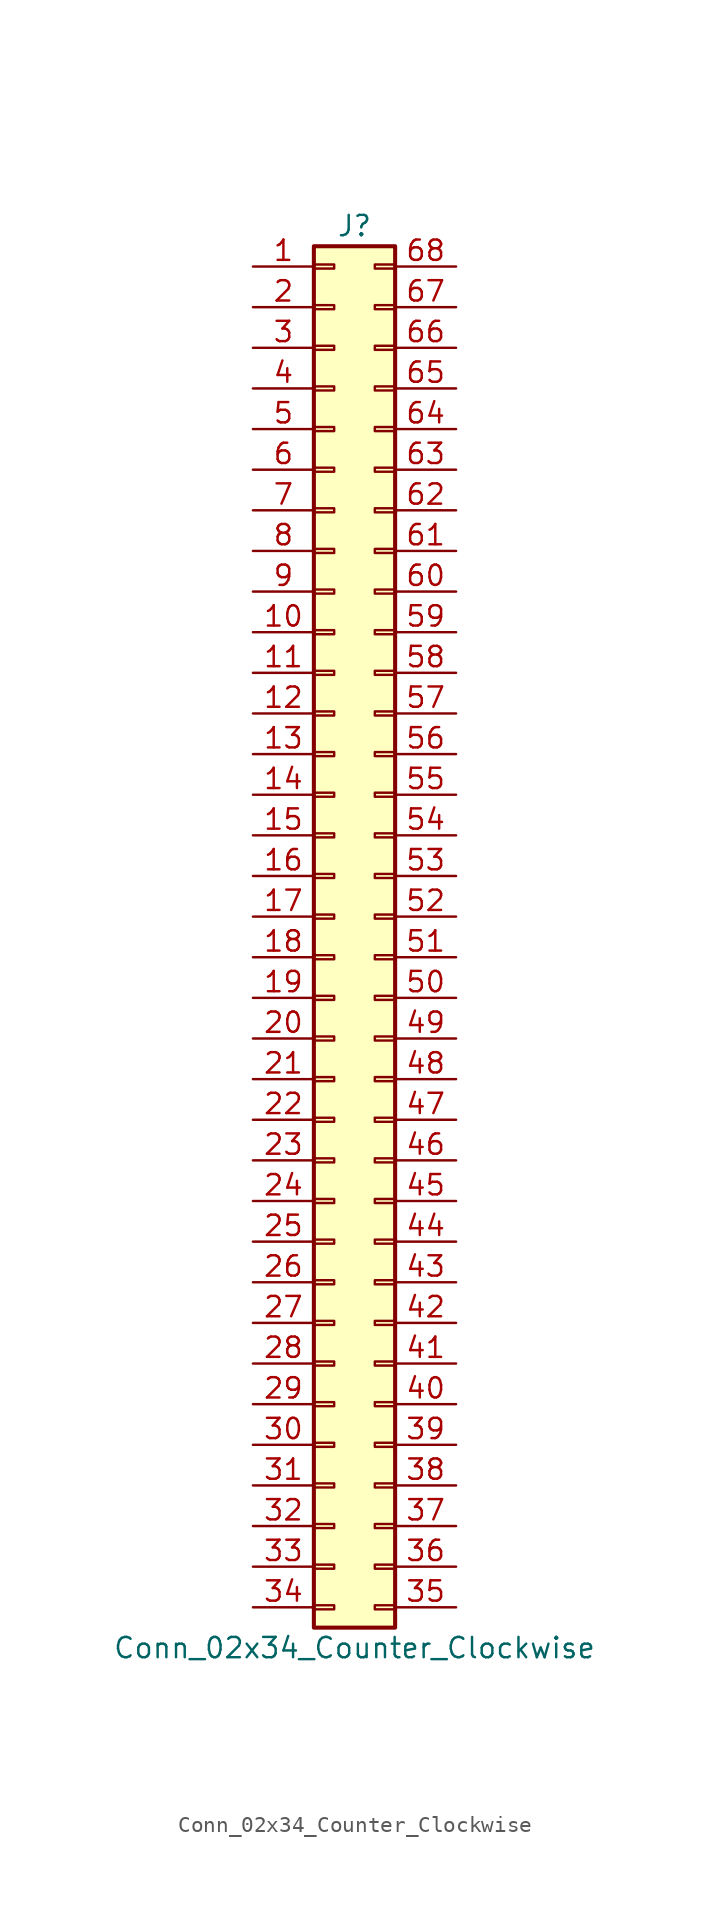
<source format=kicad_sym>
(kicad_symbol_lib
  (version 20220914)
  (generator kicad_symbol_editor)
  (symbol "Conn_02x34_Counter_Clockwise"
    (pin_names
      (offset 1.016) hide)
    (property "Reference" "J"
      (at 1.27 43.18 0)
      (effects (font (size 1.27 1.27))))
    (property "Value" "Conn_02x34_Counter_Clockwise"
      (at 1.27 -45.72 0)
      (effects (font (size 1.27 1.27))))
    (symbol "Conn_02x34_Counter_Clockwise_1_1"
      (rectangle (start -1.27 -43.053) (end 0 -43.307) (stroke (width 0.152) (type solid)) (fill (type none)))
      (rectangle (start -1.27 -40.513) (end 0 -40.767) (stroke (width 0.152) (type solid)) (fill (type none)))
      (rectangle (start -1.27 -37.973) (end 0 -38.227) (stroke (width 0.152) (type solid)) (fill (type none)))
      (rectangle (start -1.27 -35.433) (end 0 -35.687) (stroke (width 0.152) (type solid)) (fill (type none)))
      (rectangle (start -1.27 -32.893) (end 0 -33.147) (stroke (width 0.152) (type solid)) (fill (type none)))
      (rectangle (start -1.27 -30.353) (end 0 -30.607) (stroke (width 0.152) (type solid)) (fill (type none)))
      (rectangle (start -1.27 -27.813) (end 0 -28.067) (stroke (width 0.152) (type solid)) (fill (type none)))
      (rectangle (start -1.27 -25.273) (end 0 -25.527) (stroke (width 0.152) (type solid)) (fill (type none)))
      (rectangle (start -1.27 -22.733) (end 0 -22.987) (stroke (width 0.152) (type solid)) (fill (type none)))
      (rectangle (start -1.27 -20.193) (end 0 -20.447) (stroke (width 0.152) (type solid)) (fill (type none)))
      (rectangle (start -1.27 -17.653) (end 0 -17.907) (stroke (width 0.152) (type solid)) (fill (type none)))
      (rectangle (start -1.27 -15.113) (end 0 -15.367) (stroke (width 0.152) (type solid)) (fill (type none)))
      (rectangle (start -1.27 -12.573) (end 0 -12.827) (stroke (width 0.152) (type solid)) (fill (type none)))
      (rectangle (start -1.27 -10.033) (end 0 -10.287) (stroke (width 0.152) (type solid)) (fill (type none)))
      (rectangle (start -1.27 -7.493) (end 0 -7.747) (stroke (width 0.152) (type solid)) (fill (type none)))
      (rectangle (start -1.27 -4.953) (end 0 -5.207) (stroke (width 0.152) (type solid)) (fill (type none)))
      (rectangle (start -1.27 -2.413) (end 0 -2.667) (stroke (width 0.152) (type solid)) (fill (type none)))
      (rectangle (start -1.27 0.127) (end 0 -0.127) (stroke (width 0.152) (type solid)) (fill (type none)))
      (rectangle (start -1.27 2.667) (end 0 2.413) (stroke (width 0.152) (type solid)) (fill (type none)))
      (rectangle (start -1.27 5.207) (end 0 4.953) (stroke (width 0.152) (type solid)) (fill (type none)))
      (rectangle (start -1.27 7.747) (end 0 7.493) (stroke (width 0.152) (type solid)) (fill (type none)))
      (rectangle (start -1.27 10.287) (end 0 10.033) (stroke (width 0.152) (type solid)) (fill (type none)))
      (rectangle (start -1.27 12.827) (end 0 12.573) (stroke (width 0.152) (type solid)) (fill (type none)))
      (rectangle (start -1.27 15.367) (end 0 15.113) (stroke (width 0.152) (type solid)) (fill (type none)))
      (rectangle (start -1.27 17.907) (end 0 17.653) (stroke (width 0.152) (type solid)) (fill (type none)))
      (rectangle (start -1.27 20.447) (end 0 20.193) (stroke (width 0.152) (type solid)) (fill (type none)))
      (rectangle (start -1.27 22.987) (end 0 22.733) (stroke (width 0.152) (type solid)) (fill (type none)))
      (rectangle (start -1.27 25.527) (end 0 25.273) (stroke (width 0.152) (type solid)) (fill (type none)))
      (rectangle (start -1.27 28.067) (end 0 27.813) (stroke (width 0.152) (type solid)) (fill (type none)))
      (rectangle (start -1.27 30.607) (end 0 30.353) (stroke (width 0.152) (type solid)) (fill (type none)))
      (rectangle (start -1.27 33.147) (end 0 32.893) (stroke (width 0.152) (type solid)) (fill (type none)))
      (rectangle (start -1.27 35.687) (end 0 35.433) (stroke (width 0.152) (type solid)) (fill (type none)))
      (rectangle (start -1.27 38.227) (end 0 37.973) (stroke (width 0.152) (type solid)) (fill (type none)))
      (rectangle (start -1.27 40.767) (end 0 40.513) (stroke (width 0.152) (type solid)) (fill (type none)))
      (rectangle (start -1.27 41.91) (end 3.81 -44.45) (stroke (width 0.254) (type solid)) (fill (type background)))
      (rectangle (start 3.81 -43.053) (end 2.54 -43.307) (stroke (width 0.152) (type solid)) (fill (type none)))
      (rectangle (start 3.81 -40.513) (end 2.54 -40.767) (stroke (width 0.152) (type solid)) (fill (type none)))
      (rectangle (start 3.81 -37.973) (end 2.54 -38.227) (stroke (width 0.152) (type solid)) (fill (type none)))
      (rectangle (start 3.81 -35.433) (end 2.54 -35.687) (stroke (width 0.152) (type solid)) (fill (type none)))
      (rectangle (start 3.81 -32.893) (end 2.54 -33.147) (stroke (width 0.152) (type solid)) (fill (type none)))
      (rectangle (start 3.81 -30.353) (end 2.54 -30.607) (stroke (width 0.152) (type solid)) (fill (type none)))
      (rectangle (start 3.81 -27.813) (end 2.54 -28.067) (stroke (width 0.152) (type solid)) (fill (type none)))
      (rectangle (start 3.81 -25.273) (end 2.54 -25.527) (stroke (width 0.152) (type solid)) (fill (type none)))
      (rectangle (start 3.81 -22.733) (end 2.54 -22.987) (stroke (width 0.152) (type solid)) (fill (type none)))
      (rectangle (start 3.81 -20.193) (end 2.54 -20.447) (stroke (width 0.152) (type solid)) (fill (type none)))
      (rectangle (start 3.81 -17.653) (end 2.54 -17.907) (stroke (width 0.152) (type solid)) (fill (type none)))
      (rectangle (start 3.81 -15.113) (end 2.54 -15.367) (stroke (width 0.152) (type solid)) (fill (type none)))
      (rectangle (start 3.81 -12.573) (end 2.54 -12.827) (stroke (width 0.152) (type solid)) (fill (type none)))
      (rectangle (start 3.81 -10.033) (end 2.54 -10.287) (stroke (width 0.152) (type solid)) (fill (type none)))
      (rectangle (start 3.81 -7.493) (end 2.54 -7.747) (stroke (width 0.152) (type solid)) (fill (type none)))
      (rectangle (start 3.81 -4.953) (end 2.54 -5.207) (stroke (width 0.152) (type solid)) (fill (type none)))
      (rectangle (start 3.81 -2.413) (end 2.54 -2.667) (stroke (width 0.152) (type solid)) (fill (type none)))
      (rectangle (start 3.81 0.127) (end 2.54 -0.127) (stroke (width 0.152) (type solid)) (fill (type none)))
      (rectangle (start 3.81 2.667) (end 2.54 2.413) (stroke (width 0.152) (type solid)) (fill (type none)))
      (rectangle (start 3.81 5.207) (end 2.54 4.953) (stroke (width 0.152) (type solid)) (fill (type none)))
      (rectangle (start 3.81 7.747) (end 2.54 7.493) (stroke (width 0.152) (type solid)) (fill (type none)))
      (rectangle (start 3.81 10.287) (end 2.54 10.033) (stroke (width 0.152) (type solid)) (fill (type none)))
      (rectangle (start 3.81 12.827) (end 2.54 12.573) (stroke (width 0.152) (type solid)) (fill (type none)))
      (rectangle (start 3.81 15.367) (end 2.54 15.113) (stroke (width 0.152) (type solid)) (fill (type none)))
      (rectangle (start 3.81 17.907) (end 2.54 17.653) (stroke (width 0.152) (type solid)) (fill (type none)))
      (rectangle (start 3.81 20.447) (end 2.54 20.193) (stroke (width 0.152) (type solid)) (fill (type none)))
      (rectangle (start 3.81 22.987) (end 2.54 22.733) (stroke (width 0.152) (type solid)) (fill (type none)))
      (rectangle (start 3.81 25.527) (end 2.54 25.273) (stroke (width 0.152) (type solid)) (fill (type none)))
      (rectangle (start 3.81 28.067) (end 2.54 27.813) (stroke (width 0.152) (type solid)) (fill (type none)))
      (rectangle (start 3.81 30.607) (end 2.54 30.353) (stroke (width 0.152) (type solid)) (fill (type none)))
      (rectangle (start 3.81 33.147) (end 2.54 32.893) (stroke (width 0.152) (type solid)) (fill (type none)))
      (rectangle (start 3.81 35.687) (end 2.54 35.433) (stroke (width 0.152) (type solid)) (fill (type none)))
      (rectangle (start 3.81 38.227) (end 2.54 37.973) (stroke (width 0.152) (type solid)) (fill (type none)))
      (rectangle (start 3.81 40.767) (end 2.54 40.513) (stroke (width 0.152) (type solid)) (fill (type none)))
      (pin passive line (at -5.08 40.64 0) (length 3.81) (name "Pin_1" (effects (font (size 1.27 1.27)))) (number "1" (effects (font (size 1.27 1.27)))))
      (pin passive line (at -5.08 17.78 0) (length 3.81) (name "Pin_10" (effects (font (size 1.27 1.27)))) (number "10" (effects (font (size 1.27 1.27)))))
      (pin passive line (at -5.08 15.24 0) (length 3.81) (name "Pin_11" (effects (font (size 1.27 1.27)))) (number "11" (effects (font (size 1.27 1.27)))))
      (pin passive line (at -5.08 12.7 0) (length 3.81) (name "Pin_12" (effects (font (size 1.27 1.27)))) (number "12" (effects (font (size 1.27 1.27)))))
      (pin passive line (at -5.08 10.16 0) (length 3.81) (name "Pin_13" (effects (font (size 1.27 1.27)))) (number "13" (effects (font (size 1.27 1.27)))))
      (pin passive line (at -5.08 7.62 0) (length 3.81) (name "Pin_14" (effects (font (size 1.27 1.27)))) (number "14" (effects (font (size 1.27 1.27)))))
      (pin passive line (at -5.08 5.08 0) (length 3.81) (name "Pin_15" (effects (font (size 1.27 1.27)))) (number "15" (effects (font (size 1.27 1.27)))))
      (pin passive line (at -5.08 2.54 0) (length 3.81) (name "Pin_16" (effects (font (size 1.27 1.27)))) (number "16" (effects (font (size 1.27 1.27)))))
      (pin passive line (at -5.08 0 0) (length 3.81) (name "Pin_17" (effects (font (size 1.27 1.27)))) (number "17" (effects (font (size 1.27 1.27)))))
      (pin passive line (at -5.08 -2.54 0) (length 3.81) (name "Pin_18" (effects (font (size 1.27 1.27)))) (number "18" (effects (font (size 1.27 1.27)))))
      (pin passive line (at -5.08 -5.08 0) (length 3.81) (name "Pin_19" (effects (font (size 1.27 1.27)))) (number "19" (effects (font (size 1.27 1.27)))))
      (pin passive line (at -5.08 38.1 0) (length 3.81) (name "Pin_2" (effects (font (size 1.27 1.27)))) (number "2" (effects (font (size 1.27 1.27)))))
      (pin passive line (at -5.08 -7.62 0) (length 3.81) (name "Pin_20" (effects (font (size 1.27 1.27)))) (number "20" (effects (font (size 1.27 1.27)))))
      (pin passive line (at -5.08 -10.16 0) (length 3.81) (name "Pin_21" (effects (font (size 1.27 1.27)))) (number "21" (effects (font (size 1.27 1.27)))))
      (pin passive line (at -5.08 -12.7 0) (length 3.81) (name "Pin_22" (effects (font (size 1.27 1.27)))) (number "22" (effects (font (size 1.27 1.27)))))
      (pin passive line (at -5.08 -15.24 0) (length 3.81) (name "Pin_23" (effects (font (size 1.27 1.27)))) (number "23" (effects (font (size 1.27 1.27)))))
      (pin passive line (at -5.08 -17.78 0) (length 3.81) (name "Pin_24" (effects (font (size 1.27 1.27)))) (number "24" (effects (font (size 1.27 1.27)))))
      (pin passive line (at -5.08 -20.32 0) (length 3.81) (name "Pin_25" (effects (font (size 1.27 1.27)))) (number "25" (effects (font (size 1.27 1.27)))))
      (pin passive line (at -5.08 -22.86 0) (length 3.81) (name "Pin_26" (effects (font (size 1.27 1.27)))) (number "26" (effects (font (size 1.27 1.27)))))
      (pin passive line (at -5.08 -25.4 0) (length 3.81) (name "Pin_27" (effects (font (size 1.27 1.27)))) (number "27" (effects (font (size 1.27 1.27)))))
      (pin passive line (at -5.08 -27.94 0) (length 3.81) (name "Pin_28" (effects (font (size 1.27 1.27)))) (number "28" (effects (font (size 1.27 1.27)))))
      (pin passive line (at -5.08 -30.48 0) (length 3.81) (name "Pin_29" (effects (font (size 1.27 1.27)))) (number "29" (effects (font (size 1.27 1.27)))))
      (pin passive line (at -5.08 35.56 0) (length 3.81) (name "Pin_3" (effects (font (size 1.27 1.27)))) (number "3" (effects (font (size 1.27 1.27)))))
      (pin passive line (at -5.08 -33.02 0) (length 3.81) (name "Pin_30" (effects (font (size 1.27 1.27)))) (number "30" (effects (font (size 1.27 1.27)))))
      (pin passive line (at -5.08 -35.56 0) (length 3.81) (name "Pin_31" (effects (font (size 1.27 1.27)))) (number "31" (effects (font (size 1.27 1.27)))))
      (pin passive line (at -5.08 -38.1 0) (length 3.81) (name "Pin_32" (effects (font (size 1.27 1.27)))) (number "32" (effects (font (size 1.27 1.27)))))
      (pin passive line (at -5.08 -40.64 0) (length 3.81) (name "Pin_33" (effects (font (size 1.27 1.27)))) (number "33" (effects (font (size 1.27 1.27)))))
      (pin passive line (at -5.08 -43.18 0) (length 3.81) (name "Pin_34" (effects (font (size 1.27 1.27)))) (number "34" (effects (font (size 1.27 1.27)))))
      (pin passive line (at 7.62 -43.18 180) (length 3.81) (name "Pin_35" (effects (font (size 1.27 1.27)))) (number "35" (effects (font (size 1.27 1.27)))))
      (pin passive line (at 7.62 -40.64 180) (length 3.81) (name "Pin_36" (effects (font (size 1.27 1.27)))) (number "36" (effects (font (size 1.27 1.27)))))
      (pin passive line (at 7.62 -38.1 180) (length 3.81) (name "Pin_37" (effects (font (size 1.27 1.27)))) (number "37" (effects (font (size 1.27 1.27)))))
      (pin passive line (at 7.62 -35.56 180) (length 3.81) (name "Pin_38" (effects (font (size 1.27 1.27)))) (number "38" (effects (font (size 1.27 1.27)))))
      (pin passive line (at 7.62 -33.02 180) (length 3.81) (name "Pin_39" (effects (font (size 1.27 1.27)))) (number "39" (effects (font (size 1.27 1.27)))))
      (pin passive line (at -5.08 33.02 0) (length 3.81) (name "Pin_4" (effects (font (size 1.27 1.27)))) (number "4" (effects (font (size 1.27 1.27)))))
      (pin passive line (at 7.62 -30.48 180) (length 3.81) (name "Pin_40" (effects (font (size 1.27 1.27)))) (number "40" (effects (font (size 1.27 1.27)))))
      (pin passive line (at 7.62 -27.94 180) (length 3.81) (name "Pin_41" (effects (font (size 1.27 1.27)))) (number "41" (effects (font (size 1.27 1.27)))))
      (pin passive line (at 7.62 -25.4 180) (length 3.81) (name "Pin_42" (effects (font (size 1.27 1.27)))) (number "42" (effects (font (size 1.27 1.27)))))
      (pin passive line (at 7.62 -22.86 180) (length 3.81) (name "Pin_43" (effects (font (size 1.27 1.27)))) (number "43" (effects (font (size 1.27 1.27)))))
      (pin passive line (at 7.62 -20.32 180) (length 3.81) (name "Pin_44" (effects (font (size 1.27 1.27)))) (number "44" (effects (font (size 1.27 1.27)))))
      (pin passive line (at 7.62 -17.78 180) (length 3.81) (name "Pin_45" (effects (font (size 1.27 1.27)))) (number "45" (effects (font (size 1.27 1.27)))))
      (pin passive line (at 7.62 -15.24 180) (length 3.81) (name "Pin_46" (effects (font (size 1.27 1.27)))) (number "46" (effects (font (size 1.27 1.27)))))
      (pin passive line (at 7.62 -12.7 180) (length 3.81) (name "Pin_47" (effects (font (size 1.27 1.27)))) (number "47" (effects (font (size 1.27 1.27)))))
      (pin passive line (at 7.62 -10.16 180) (length 3.81) (name "Pin_48" (effects (font (size 1.27 1.27)))) (number "48" (effects (font (size 1.27 1.27)))))
      (pin passive line (at 7.62 -7.62 180) (length 3.81) (name "Pin_49" (effects (font (size 1.27 1.27)))) (number "49" (effects (font (size 1.27 1.27)))))
      (pin passive line (at -5.08 30.48 0) (length 3.81) (name "Pin_5" (effects (font (size 1.27 1.27)))) (number "5" (effects (font (size 1.27 1.27)))))
      (pin passive line (at 7.62 -5.08 180) (length 3.81) (name "Pin_50" (effects (font (size 1.27 1.27)))) (number "50" (effects (font (size 1.27 1.27)))))
      (pin passive line (at 7.62 -2.54 180) (length 3.81) (name "Pin_51" (effects (font (size 1.27 1.27)))) (number "51" (effects (font (size 1.27 1.27)))))
      (pin passive line (at 7.62 0 180) (length 3.81) (name "Pin_52" (effects (font (size 1.27 1.27)))) (number "52" (effects (font (size 1.27 1.27)))))
      (pin passive line (at 7.62 2.54 180) (length 3.81) (name "Pin_53" (effects (font (size 1.27 1.27)))) (number "53" (effects (font (size 1.27 1.27)))))
      (pin passive line (at 7.62 5.08 180) (length 3.81) (name "Pin_54" (effects (font (size 1.27 1.27)))) (number "54" (effects (font (size 1.27 1.27)))))
      (pin passive line (at 7.62 7.62 180) (length 3.81) (name "Pin_55" (effects (font (size 1.27 1.27)))) (number "55" (effects (font (size 1.27 1.27)))))
      (pin passive line (at 7.62 10.16 180) (length 3.81) (name "Pin_56" (effects (font (size 1.27 1.27)))) (number "56" (effects (font (size 1.27 1.27)))))
      (pin passive line (at 7.62 12.7 180) (length 3.81) (name "Pin_57" (effects (font (size 1.27 1.27)))) (number "57" (effects (font (size 1.27 1.27)))))
      (pin passive line (at 7.62 15.24 180) (length 3.81) (name "Pin_58" (effects (font (size 1.27 1.27)))) (number "58" (effects (font (size 1.27 1.27)))))
      (pin passive line (at 7.62 17.78 180) (length 3.81) (name "Pin_59" (effects (font (size 1.27 1.27)))) (number "59" (effects (font (size 1.27 1.27)))))
      (pin passive line (at -5.08 27.94 0) (length 3.81) (name "Pin_6" (effects (font (size 1.27 1.27)))) (number "6" (effects (font (size 1.27 1.27)))))
      (pin passive line (at 7.62 20.32 180) (length 3.81) (name "Pin_60" (effects (font (size 1.27 1.27)))) (number "60" (effects (font (size 1.27 1.27)))))
      (pin passive line (at 7.62 22.86 180) (length 3.81) (name "Pin_61" (effects (font (size 1.27 1.27)))) (number "61" (effects (font (size 1.27 1.27)))))
      (pin passive line (at 7.62 25.4 180) (length 3.81) (name "Pin_62" (effects (font (size 1.27 1.27)))) (number "62" (effects (font (size 1.27 1.27)))))
      (pin passive line (at 7.62 27.94 180) (length 3.81) (name "Pin_63" (effects (font (size 1.27 1.27)))) (number "63" (effects (font (size 1.27 1.27)))))
      (pin passive line (at 7.62 30.48 180) (length 3.81) (name "Pin_64" (effects (font (size 1.27 1.27)))) (number "64" (effects (font (size 1.27 1.27)))))
      (pin passive line (at 7.62 33.02 180) (length 3.81) (name "Pin_65" (effects (font (size 1.27 1.27)))) (number "65" (effects (font (size 1.27 1.27)))))
      (pin passive line (at 7.62 35.56 180) (length 3.81) (name "Pin_66" (effects (font (size 1.27 1.27)))) (number "66" (effects (font (size 1.27 1.27)))))
      (pin passive line (at 7.62 38.1 180) (length 3.81) (name "Pin_67" (effects (font (size 1.27 1.27)))) (number "67" (effects (font (size 1.27 1.27)))))
      (pin passive line (at 7.62 40.64 180) (length 3.81) (name "Pin_68" (effects (font (size 1.27 1.27)))) (number "68" (effects (font (size 1.27 1.27)))))
      (pin passive line (at -5.08 25.4 0) (length 3.81) (name "Pin_7" (effects (font (size 1.27 1.27)))) (number "7" (effects (font (size 1.27 1.27)))))
      (pin passive line (at -5.08 22.86 0) (length 3.81) (name "Pin_8" (effects (font (size 1.27 1.27)))) (number "8" (effects (font (size 1.27 1.27)))))
      (pin passive line (at -5.08 20.32 0) (length 3.81) (name "Pin_9" (effects (font (size 1.27 1.27)))) (number "9" (effects (font (size 1.27 1.27))))))))
</source>
